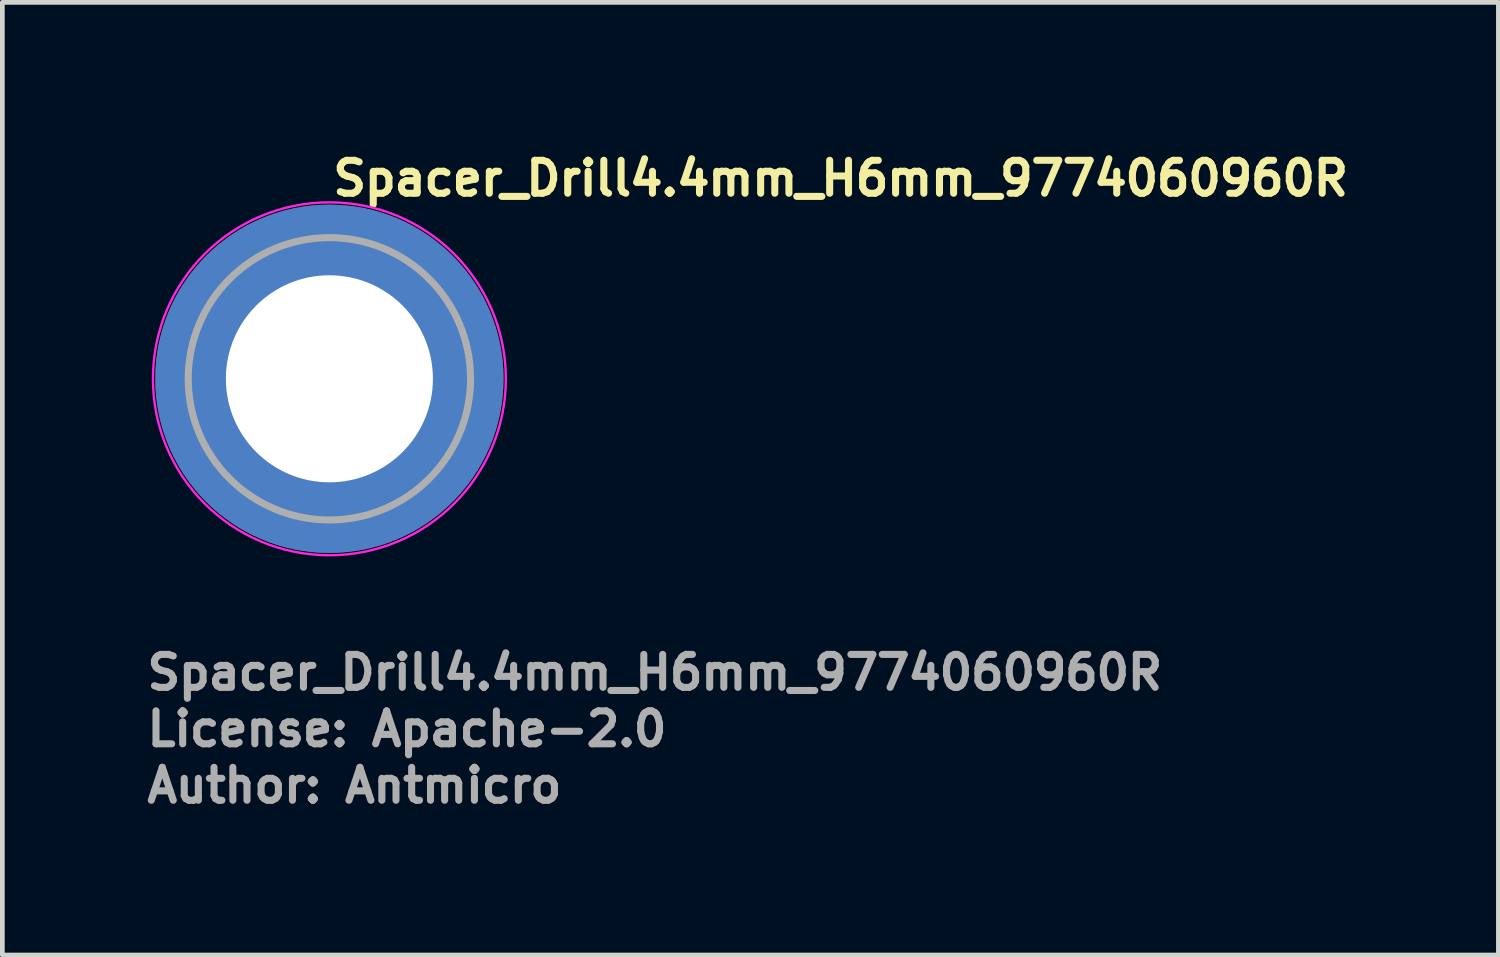
<source format=kicad_pcb>
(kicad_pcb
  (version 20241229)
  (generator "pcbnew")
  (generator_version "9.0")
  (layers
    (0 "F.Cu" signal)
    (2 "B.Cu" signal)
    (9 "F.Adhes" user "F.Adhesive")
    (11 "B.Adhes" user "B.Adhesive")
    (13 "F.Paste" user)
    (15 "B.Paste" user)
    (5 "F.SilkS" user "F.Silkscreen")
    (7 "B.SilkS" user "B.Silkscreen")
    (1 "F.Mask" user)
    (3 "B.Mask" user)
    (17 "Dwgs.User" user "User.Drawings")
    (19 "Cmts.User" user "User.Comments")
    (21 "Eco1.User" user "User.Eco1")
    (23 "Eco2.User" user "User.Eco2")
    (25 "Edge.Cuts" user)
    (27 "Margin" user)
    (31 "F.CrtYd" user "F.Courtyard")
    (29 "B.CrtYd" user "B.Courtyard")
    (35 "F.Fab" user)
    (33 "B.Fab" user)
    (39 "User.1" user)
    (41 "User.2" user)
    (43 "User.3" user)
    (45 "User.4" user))
  (footprint "Spacer_Drill4.4mm_H6mm_9774060960R"
    (layer "F.Cu")
    (at 3.95 5)
    (property "Reference" "Spacer_Drill4.4mm_H6mm_9774060960R" (at 0 -3.85 0) (layer "F.SilkS") (effects (font (size 0.7 0.7) (thickness 0.15)) (justify left bottom)))
    (attr smd)
    (fp_circle (center 0 0) (end 3.75 0) (stroke (width 0.05) (type solid)) (fill no) (layer "F.CrtYd"))
    (fp_circle (center 0 0) (end 3 0) (stroke (width 0.15) (type solid)) (fill no) (layer "F.Fab"))
    (fp_circle (center 0 0) (end 1.2 0) (stroke (width 0.02) (type default)) (fill no) (layer "User.9"))
    (fp_circle (center 0 0) (end 3 0) (stroke (width 0.02) (type default)) (fill no) (layer "User.9"))
    (fp_text user "Author: Antmicro" (at -3.95 9.05 0) (layer "F.Fab") (effects (font (size 0.7 0.7) (thickness 0.15)) (justify left bottom)))
    (fp_text user "License: Apache-2.0" (at -3.95 7.85 0) (layer "F.Fab") (effects (font (size 0.7 0.7) (thickness 0.15)) (justify left bottom)))
    (fp_text user "${REFERENCE}" (at -3.95 6.65 0) (layer "F.Fab") (effects (font (size 0.7 0.7) (thickness 0.15)) (justify left bottom)))
    (pad "" smd custom (at -2.1 -2.1) (size 0.7 0.7) (layers "F.Paste") (options (anchor circle)) (primitives (gr_arc (start -0.377294 1.707681) (mid 0.317578 0.318818) (end 1.705945 -0.377044) (width 0.2)) (gr_arc (start -0.478281 1.707681) (mid 0.244583 0.250396) (end 1.699539 -0.477144) (width 0.2)) (gr_arc (start -0.579192 1.707681) (mid 0.173852 0.179706) (end 1.699475 -0.57809) (width 0.2)) (gr_arc (start -0.680037 1.707681) (mid 0.102165 0.109975) (end 1.696729 -0.678615) (width 0.2)) (gr_arc (start -0.780822 1.707681) (mid 0.031098 0.039621) (end 1.695722 -0.779322) (width 0.2)) (gr_arc (start -0.881554 1.707681) (mid -0.041167 -0.029528) (end 1.691343 -0.879562) (width 0.2)) (gr_arc (start -0.982237 1.707681) (mid -0.109168 -0.10296) (end 1.69896 -0.98122) (width 0.2)) (gr_arc (start -1.082877 1.707681) (mid -0.184209 -0.16932) (end 1.686763 -1.080475) (width 0.2)) (gr_arc (start -1.183476 1.707681) (mid -0.252982 -0.241979) (end 1.692214 -1.181768) (width 0.2)) (gr_arc (start -1.28404 1.707681) (mid -0.319065 -0.317332) (end 1.705244 -1.283783) (width 0.2)) (gr_line (start 1.708 -0.377) (end 1.708 -1.284) (width 0.2)) (gr_line (start -0.377 1.708) (end -1.284 1.708) (width 0.2))))
    (pad "" smd custom (at -2.1 2.1) (size 0.7 0.7) (layers "F.Paste") (options (anchor circle)) (primitives (gr_arc (start 1.707681 0.377294) (mid 0.318818 -0.317578) (end -0.377044 -1.705945) (width 0.2)) (gr_arc (start 1.707681 0.478281) (mid 0.250396 -0.244583) (end -0.477144 -1.699539) (width 0.2)) (gr_arc (start 1.707681 0.579192) (mid 0.179706 -0.173852) (end -0.57809 -1.699475) (width 0.2)) (gr_arc (start 1.707681 0.680037) (mid 0.109975 -0.102165) (end -0.678615 -1.696729) (width 0.2)) (gr_arc (start 1.707681 0.780822) (mid 0.039621 -0.031098) (end -0.779322 -1.695722) (width 0.2)) (gr_arc (start 1.707681 0.881554) (mid -0.029528 0.041167) (end -0.879562 -1.691343) (width 0.2)) (gr_arc (start 1.707681 0.982237) (mid -0.10485 0.107282) (end -0.981842 -1.704264) (width 0.2)) (gr_arc (start 1.707681 1.082877) (mid -0.169319 0.18421) (end -1.080475 -1.686759) (width 0.2)) (gr_arc (start 1.707681 1.183476) (mid -0.241979 0.252982) (end -1.181768 -1.692214) (width 0.2)) (gr_arc (start 1.707681 1.28404) (mid -0.315258 0.321134) (end -1.283164 -1.699417) (width 0.2)) (gr_line (start -0.377 -1.708) (end -1.284 -1.708) (width 0.2)) (gr_line (start 1.708 0.377) (end 1.708 1.284) (width 0.2))))
    (pad "" smd custom (at 2.1 -2.1) (size 0.7 0.7) (layers "F.Paste") (options (anchor circle)) (primitives (gr_arc (start -1.707681 -0.377294) (mid -0.318817 0.317579) (end 0.377044 1.705947) (width 0.2)) (gr_arc (start -1.707681 -0.478281) (mid -0.248815 0.24616) (end 0.477764 1.703961) (width 0.2)) (gr_arc (start -1.707681 -0.579192) (mid -0.182997 0.170578) (end 0.576824 1.690278) (width 0.2)) (gr_arc (start -1.707681 -0.680037) (mid -0.113388 0.098771) (end 0.67734 1.687185) (width 0.2)) (gr_arc (start -1.707681 -0.780822) (mid -0.039621 0.031098) (end 0.779322 1.695722) (width 0.2)) (gr_arc (start -1.707681 -0.881554) (mid 0.031359 -0.039345) (end 0.880198 1.696469) (width 0.2)) (gr_arc (start -1.707681 -0.982237) (mid 0.101068 -0.111053) (end 0.98059 1.693657) (width 0.2)) (gr_arc (start -1.707681 -1.082877) (mid 0.16932 -0.184209) (end 1.080475 1.686763) (width 0.2)) (gr_arc (start -1.707681 -1.183476) (mid 0.243995 -0.250974) (end 1.182402 1.69787) (width 0.2)) (gr_arc (start -1.707681 -1.28404) (mid 0.315257 -0.321134) (end 1.283162 1.699417) (width 0.2)) (gr_line (start 0.377 1.708) (end 1.284 1.708) (width 0.2)) (gr_line (start -1.708 -0.377) (end -1.708 -1.284) (width 0.2))))
    (pad "" smd custom (at 2.1 2.1) (size 0.7 0.7) (layers "F.Paste") (options (anchor circle)) (primitives (gr_arc (start 0.377294 -1.707681) (mid -0.317579 -0.318817) (end -1.705947 0.377044) (width 0.2)) (gr_arc (start 0.478281 -1.707681) (mid -0.24616 -0.248815) (end -1.703961 0.477764) (width 0.2)) (gr_arc (start 0.579192 -1.707681) (mid -0.170578 -0.182997) (end -1.690278 0.576824) (width 0.2)) (gr_arc (start 0.680037 -1.707681) (mid -0.098771 -0.113388) (end -1.687185 0.67734) (width 0.2)) (gr_arc (start 0.780822 -1.707681) (mid -0.031098 -0.039621) (end -1.695722 0.779322) (width 0.2)) (gr_arc (start 0.881554 -1.707681) (mid 0.039345 0.031359) (end -1.696469 0.880198) (width 0.2)) (gr_arc (start 0.982237 -1.707681) (mid 0.111053 0.101068) (end -1.693657 0.98059) (width 0.2)) (gr_arc (start 1.082877 -1.707681) (mid 0.184209 0.16932) (end -1.686763 1.080475) (width 0.2)) (gr_arc (start 1.183476 -1.707681) (mid 0.250974 0.243995) (end -1.69787 1.182402) (width 0.2)) (gr_arc (start 1.28404 -1.707681) (mid 0.321134 0.315257) (end -1.699417 1.283162) (width 0.2)) (gr_line (start -1.708 0.377) (end -1.708 1.284) (width 0.2)) (gr_line (start 0.377 -1.708) (end 1.284 -1.708) (width 0.2))))
    (pad "1" thru_hole circle (at 0 0) (size 7.4 7.4) (drill 4.4) (layers "*.Cu" "*.Mask")))
  (gr_rect
    (start -3 -3)
    (end 28.793 17.245)
    (stroke (width 0.1) (type default))
    (fill no)
    (layer "Edge.Cuts")))
</source>
